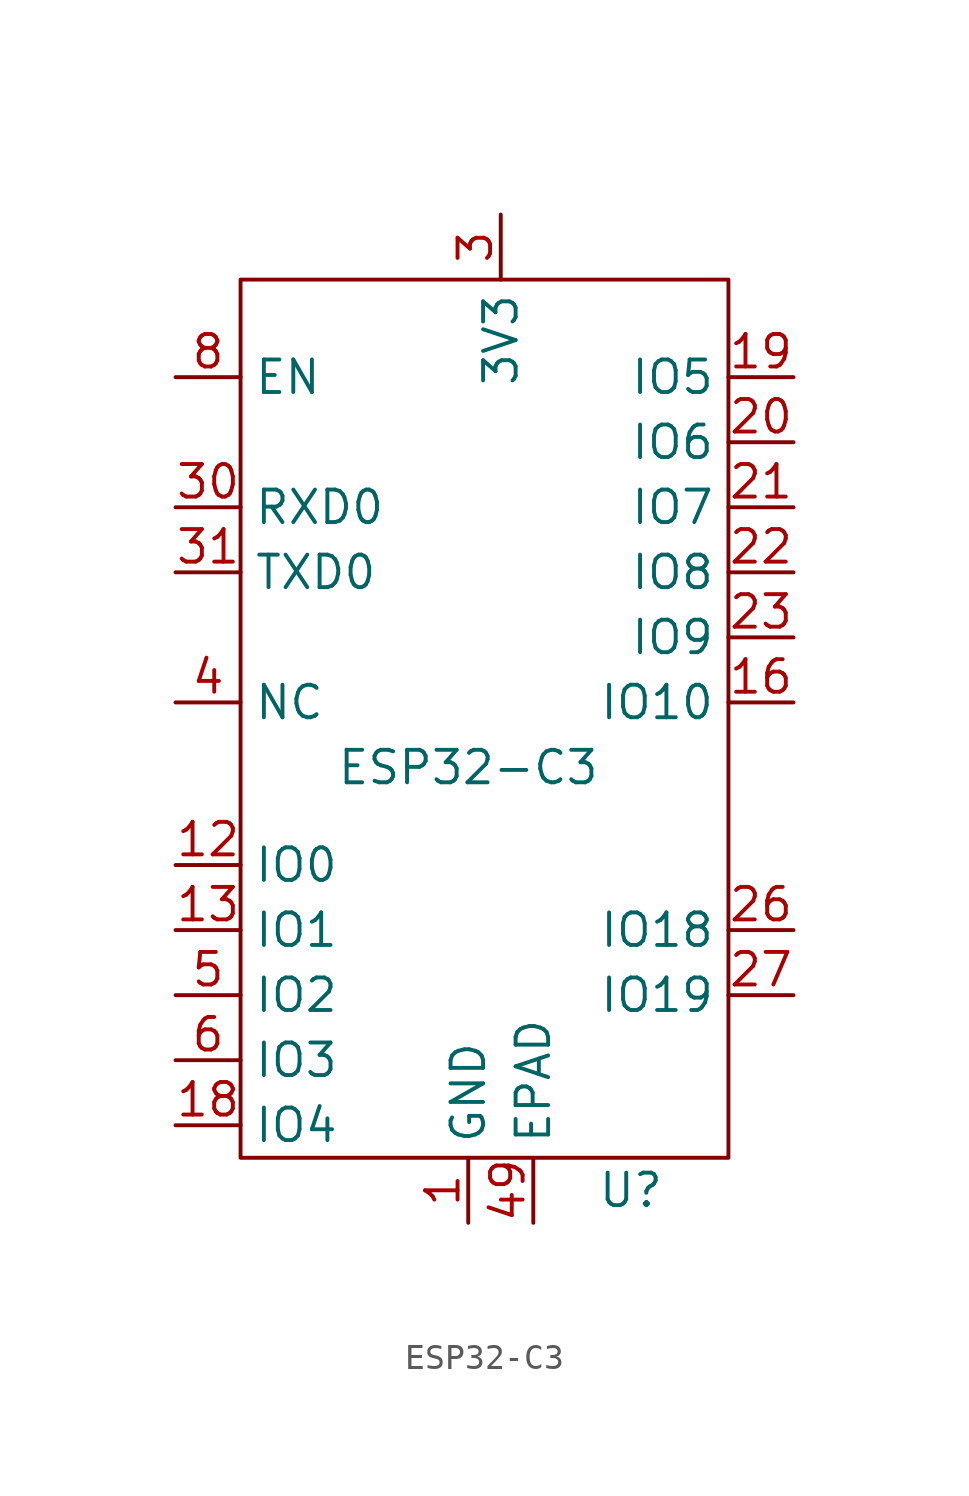
<source format=kicad_sym>
(kicad_symbol_lib
  (version 20211014)
  (generator kicad_symbol_editor)
  (symbol "ESP32-C3"
    (property "Reference" "U"
      (at -8.89 -13.97 0)
      (effects (font (size 1.27 1.27))))
    (property "Value" "ESP32-C3"
      (at -15.24 2.54 0)
      (effects (font (size 1.27 1.27))))
    (symbol "ESP32-C3_0_1"
      (rectangle (start -24.13 21.59) (end -5.08 -12.7) (stroke (width 0.152) (type default) (color 0 0 0 0)) (fill (type none))))
    (symbol "ESP32-C3_1_1"
      (pin input line (at -15.24 -15.24 90) (length 2.54) (name "GND" (effects (font (size 1.27 1.27)))) (number "1" (effects (font (size 1.27 1.27)))))
      (pin input line (at -26.67 5.08 0) (length 2.54) hide (name "NC" (effects (font (size 1.27 1.27)))) (number "10" (effects (font (size 1.27 1.27)))))
      (pin input line (at -15.24 -15.24 90) (length 2.54) hide (name "GND" (effects (font (size 1.27 1.27)))) (number "11" (effects (font (size 1.27 1.27)))))
      (pin input line (at -26.67 -1.27 0) (length 2.54) (name "IO0" (effects (font (size 1.27 1.27)))) (number "12" (effects (font (size 1.27 1.27)))))
      (pin input line (at -26.67 -3.81 0) (length 2.54) (name "IO1" (effects (font (size 1.27 1.27)))) (number "13" (effects (font (size 1.27 1.27)))))
      (pin input line (at -15.24 -15.24 90) (length 2.54) hide (name "GND" (effects (font (size 1.27 1.27)))) (number "14" (effects (font (size 1.27 1.27)))))
      (pin input line (at -26.67 5.08 0) (length 2.54) hide (name "NC" (effects (font (size 1.27 1.27)))) (number "15" (effects (font (size 1.27 1.27)))))
      (pin input line (at -2.54 5.08 180) (length 2.54) (name "IO10" (effects (font (size 1.27 1.27)))) (number "16" (effects (font (size 1.27 1.27)))))
      (pin input line (at -26.67 5.08 0) (length 2.54) hide (name "NC" (effects (font (size 1.27 1.27)))) (number "17" (effects (font (size 1.27 1.27)))))
      (pin input line (at -26.67 -11.43 0) (length 2.54) (name "IO4" (effects (font (size 1.27 1.27)))) (number "18" (effects (font (size 1.27 1.27)))))
      (pin input line (at -2.54 17.78 180) (length 2.54) (name "IO5" (effects (font (size 1.27 1.27)))) (number "19" (effects (font (size 1.27 1.27)))))
      (pin input line (at -15.24 -15.24 90) (length 2.54) hide (name "GND" (effects (font (size 1.27 1.27)))) (number "2" (effects (font (size 1.27 1.27)))))
      (pin input line (at -2.54 15.24 180) (length 2.54) (name "IO6" (effects (font (size 1.27 1.27)))) (number "20" (effects (font (size 1.27 1.27)))))
      (pin input line (at -2.54 12.7 180) (length 2.54) (name "IO7" (effects (font (size 1.27 1.27)))) (number "21" (effects (font (size 1.27 1.27)))))
      (pin input line (at -2.54 10.16 180) (length 2.54) (name "IO8" (effects (font (size 1.27 1.27)))) (number "22" (effects (font (size 1.27 1.27)))))
      (pin input line (at -2.54 7.62 180) (length 2.54) (name "IO9" (effects (font (size 1.27 1.27)))) (number "23" (effects (font (size 1.27 1.27)))))
      (pin input line (at -26.67 5.08 0) (length 2.54) hide (name "NC" (effects (font (size 1.27 1.27)))) (number "24" (effects (font (size 1.27 1.27)))))
      (pin input line (at -26.67 5.08 0) (length 2.54) hide (name "NC" (effects (font (size 1.27 1.27)))) (number "25" (effects (font (size 1.27 1.27)))))
      (pin input line (at -2.54 -3.81 180) (length 2.54) (name "IO18" (effects (font (size 1.27 1.27)))) (number "26" (effects (font (size 1.27 1.27)))))
      (pin input line (at -2.54 -6.35 180) (length 2.54) (name "IO19" (effects (font (size 1.27 1.27)))) (number "27" (effects (font (size 1.27 1.27)))))
      (pin input line (at -26.67 5.08 0) (length 2.54) hide (name "NC" (effects (font (size 1.27 1.27)))) (number "28" (effects (font (size 1.27 1.27)))))
      (pin input line (at -26.67 5.08 0) (length 2.54) hide (name "NC" (effects (font (size 1.27 1.27)))) (number "29" (effects (font (size 1.27 1.27)))))
      (pin input line (at -13.97 24.13 270) (length 2.54) (name "3V3" (effects (font (size 1.27 1.27)))) (number "3" (effects (font (size 1.27 1.27)))))
      (pin input line (at -26.67 12.7 0) (length 2.54) (name "RXD0" (effects (font (size 1.27 1.27)))) (number "30" (effects (font (size 1.27 1.27)))))
      (pin input line (at -26.67 10.16 0) (length 2.54) (name "TXD0" (effects (font (size 1.27 1.27)))) (number "31" (effects (font (size 1.27 1.27)))))
      (pin input line (at -26.67 5.08 0) (length 2.54) hide (name "NC" (effects (font (size 1.27 1.27)))) (number "32" (effects (font (size 1.27 1.27)))))
      (pin input line (at -26.67 5.08 0) (length 2.54) hide (name "NC" (effects (font (size 1.27 1.27)))) (number "33" (effects (font (size 1.27 1.27)))))
      (pin input line (at -26.67 5.08 0) (length 2.54) hide (name "NC" (effects (font (size 1.27 1.27)))) (number "34" (effects (font (size 1.27 1.27)))))
      (pin input line (at -26.67 5.08 0) (length 2.54) hide (name "NC" (effects (font (size 1.27 1.27)))) (number "35" (effects (font (size 1.27 1.27)))))
      (pin input line (at -15.24 -15.24 90) (length 2.54) hide (name "GND" (effects (font (size 1.27 1.27)))) (number "36" (effects (font (size 1.27 1.27)))))
      (pin input line (at -15.24 -15.24 90) (length 2.54) hide (name "GND" (effects (font (size 1.27 1.27)))) (number "37" (effects (font (size 1.27 1.27)))))
      (pin input line (at -15.24 -15.24 90) (length 2.54) hide (name "GND" (effects (font (size 1.27 1.27)))) (number "38" (effects (font (size 1.27 1.27)))))
      (pin input line (at -15.24 -15.24 90) (length 2.54) hide (name "GND" (effects (font (size 1.27 1.27)))) (number "39" (effects (font (size 1.27 1.27)))))
      (pin input line (at -26.67 5.08 0) (length 2.54) (name "NC" (effects (font (size 1.27 1.27)))) (number "4" (effects (font (size 1.27 1.27)))))
      (pin input line (at -15.24 -15.24 90) (length 2.54) hide (name "GND" (effects (font (size 1.27 1.27)))) (number "40" (effects (font (size 1.27 1.27)))))
      (pin input line (at -15.24 -15.24 90) (length 2.54) hide (name "GND" (effects (font (size 1.27 1.27)))) (number "41" (effects (font (size 1.27 1.27)))))
      (pin input line (at -15.24 -15.24 90) (length 2.54) hide (name "GND" (effects (font (size 1.27 1.27)))) (number "42" (effects (font (size 1.27 1.27)))))
      (pin input line (at -15.24 -15.24 90) (length 2.54) hide (name "GND" (effects (font (size 1.27 1.27)))) (number "43" (effects (font (size 1.27 1.27)))))
      (pin input line (at -15.24 -15.24 90) (length 2.54) hide (name "GND" (effects (font (size 1.27 1.27)))) (number "44" (effects (font (size 1.27 1.27)))))
      (pin input line (at -15.24 -15.24 90) (length 2.54) hide (name "GND" (effects (font (size 1.27 1.27)))) (number "45" (effects (font (size 1.27 1.27)))))
      (pin input line (at -15.24 -15.24 90) (length 2.54) hide (name "GND" (effects (font (size 1.27 1.27)))) (number "46" (effects (font (size 1.27 1.27)))))
      (pin input line (at -15.24 -15.24 90) (length 2.54) hide (name "GND" (effects (font (size 1.27 1.27)))) (number "47" (effects (font (size 1.27 1.27)))))
      (pin input line (at -15.24 -15.24 90) (length 2.54) hide (name "GND" (effects (font (size 1.27 1.27)))) (number "48" (effects (font (size 1.27 1.27)))))
      (pin input line (at -12.7 -15.24 90) (length 2.54) (name "EPAD" (effects (font (size 1.27 1.27)))) (number "49" (effects (font (size 1.27 1.27)))))
      (pin input line (at -26.67 -6.35 0) (length 2.54) (name "IO2" (effects (font (size 1.27 1.27)))) (number "5" (effects (font (size 1.27 1.27)))))
      (pin input line (at -15.24 -15.24 90) (length 2.54) hide (name "GND" (effects (font (size 1.27 1.27)))) (number "50" (effects (font (size 1.27 1.27)))))
      (pin input line (at -15.24 -15.24 90) (length 2.54) hide (name "GND" (effects (font (size 1.27 1.27)))) (number "51" (effects (font (size 1.27 1.27)))))
      (pin input line (at -15.24 -15.24 90) (length 2.54) hide (name "GND" (effects (font (size 1.27 1.27)))) (number "52" (effects (font (size 1.27 1.27)))))
      (pin input line (at -15.24 -15.24 90) (length 2.54) hide (name "GND" (effects (font (size 1.27 1.27)))) (number "53" (effects (font (size 1.27 1.27)))))
      (pin input line (at -26.67 -8.89 0) (length 2.54) (name "IO3" (effects (font (size 1.27 1.27)))) (number "6" (effects (font (size 1.27 1.27)))))
      (pin input line (at -26.67 5.08 0) (length 2.54) hide (name "NC" (effects (font (size 1.27 1.27)))) (number "7" (effects (font (size 1.27 1.27)))))
      (pin input line (at -26.67 17.78 0) (length 2.54) (name "EN" (effects (font (size 1.27 1.27)))) (number "8" (effects (font (size 1.27 1.27)))))
      (pin input line (at -26.67 5.08 0) (length 2.54) hide (name "NC" (effects (font (size 1.27 1.27)))) (number "9" (effects (font (size 1.27 1.27))))))))
</source>
